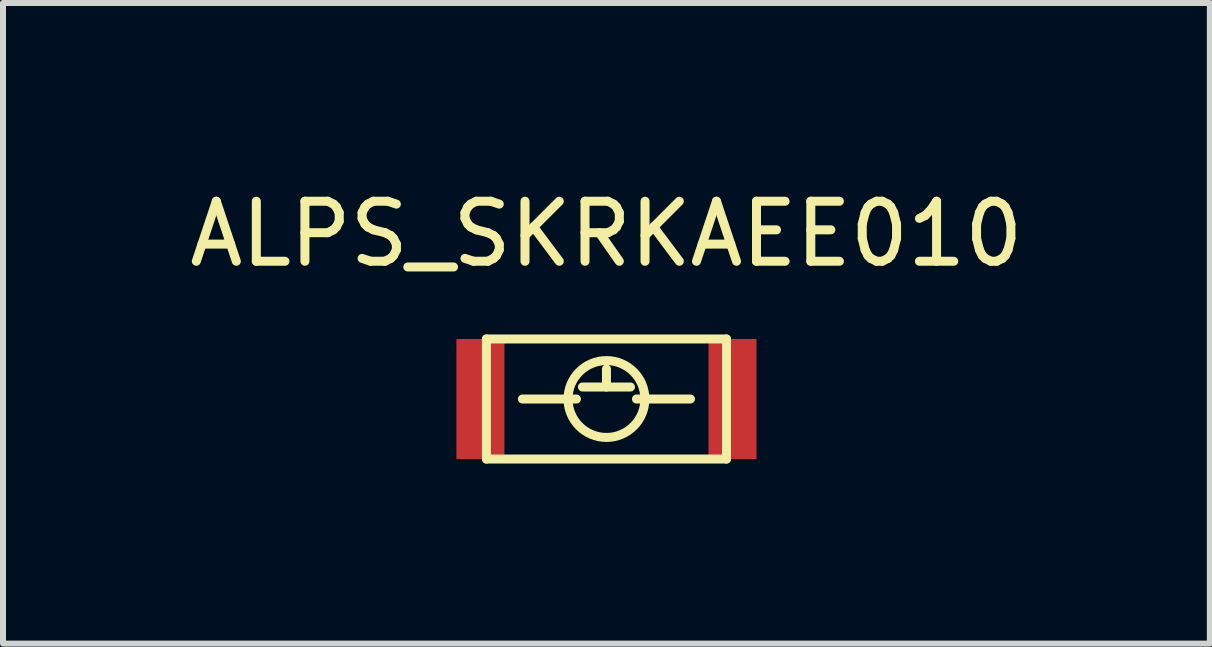
<source format=kicad_pcb>
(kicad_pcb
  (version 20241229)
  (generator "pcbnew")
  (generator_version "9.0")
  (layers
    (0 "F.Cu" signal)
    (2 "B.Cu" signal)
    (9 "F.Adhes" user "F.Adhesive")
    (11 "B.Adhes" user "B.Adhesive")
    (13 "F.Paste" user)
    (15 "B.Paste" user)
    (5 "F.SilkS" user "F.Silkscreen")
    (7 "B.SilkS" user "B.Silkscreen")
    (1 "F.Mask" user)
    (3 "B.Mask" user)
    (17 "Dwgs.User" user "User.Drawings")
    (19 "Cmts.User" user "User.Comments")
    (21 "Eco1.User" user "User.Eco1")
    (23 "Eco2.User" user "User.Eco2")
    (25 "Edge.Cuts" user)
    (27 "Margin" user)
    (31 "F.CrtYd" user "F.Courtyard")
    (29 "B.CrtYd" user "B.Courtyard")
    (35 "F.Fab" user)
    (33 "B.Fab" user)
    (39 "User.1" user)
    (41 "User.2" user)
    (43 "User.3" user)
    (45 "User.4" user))
  (footprint "ALPS_SKRKAEE010"
    (layer "F.Cu")
    (at 7.054 3.598)
    (property "Reference" "ALPS_SKRKAEE010" (at 0 -2.75 0) (layer "F.SilkS") (effects (font (size 1 1) (thickness 0.15))))
    (attr smd)
    (fp_line (start -2 -1) (end 2 -1) (stroke (width 0.15) (type solid)) (layer "F.SilkS"))
    (fp_line (start -2 1) (end -2 -1) (stroke (width 0.15) (type solid)) (layer "F.SilkS"))
    (fp_line (start -1.4 0) (end -0.5 0) (stroke (width 0.15) (type solid)) (layer "F.SilkS"))
    (fp_line (start -0.4 -0.2) (end 0.4 -0.2) (stroke (width 0.15) (type solid)) (layer "F.SilkS"))
    (fp_line (start 0 -0.5) (end 0 -0.2) (stroke (width 0.15) (type solid)) (layer "F.SilkS"))
    (fp_line (start 0.5 0) (end 1.4 0) (stroke (width 0.15) (type solid)) (layer "F.SilkS"))
    (fp_line (start 2 -1) (end 2 1) (stroke (width 0.15) (type solid)) (layer "F.SilkS"))
    (fp_line (start 2 1) (end -2 1) (stroke (width 0.15) (type solid)) (layer "F.SilkS"))
    (fp_circle (center 0 0) (end 0.5 0.4) (stroke (width 0.15) (type solid)) (fill no) (layer "F.SilkS"))
    (pad "1" smd rect (at -2.1 0) (size 0.8 2) (layers "F.Cu" "F.Mask" "F.Paste"))
    (pad "2" smd rect (at 2.1 0) (size 0.8 2) (layers "F.Cu" "F.Mask" "F.Paste")))
  (gr_rect
    (start -3 -3)
    (end 17.107 7.673)
    (stroke (width 0.1) (type default))
    (fill no)
    (layer "Edge.Cuts")))
</source>
